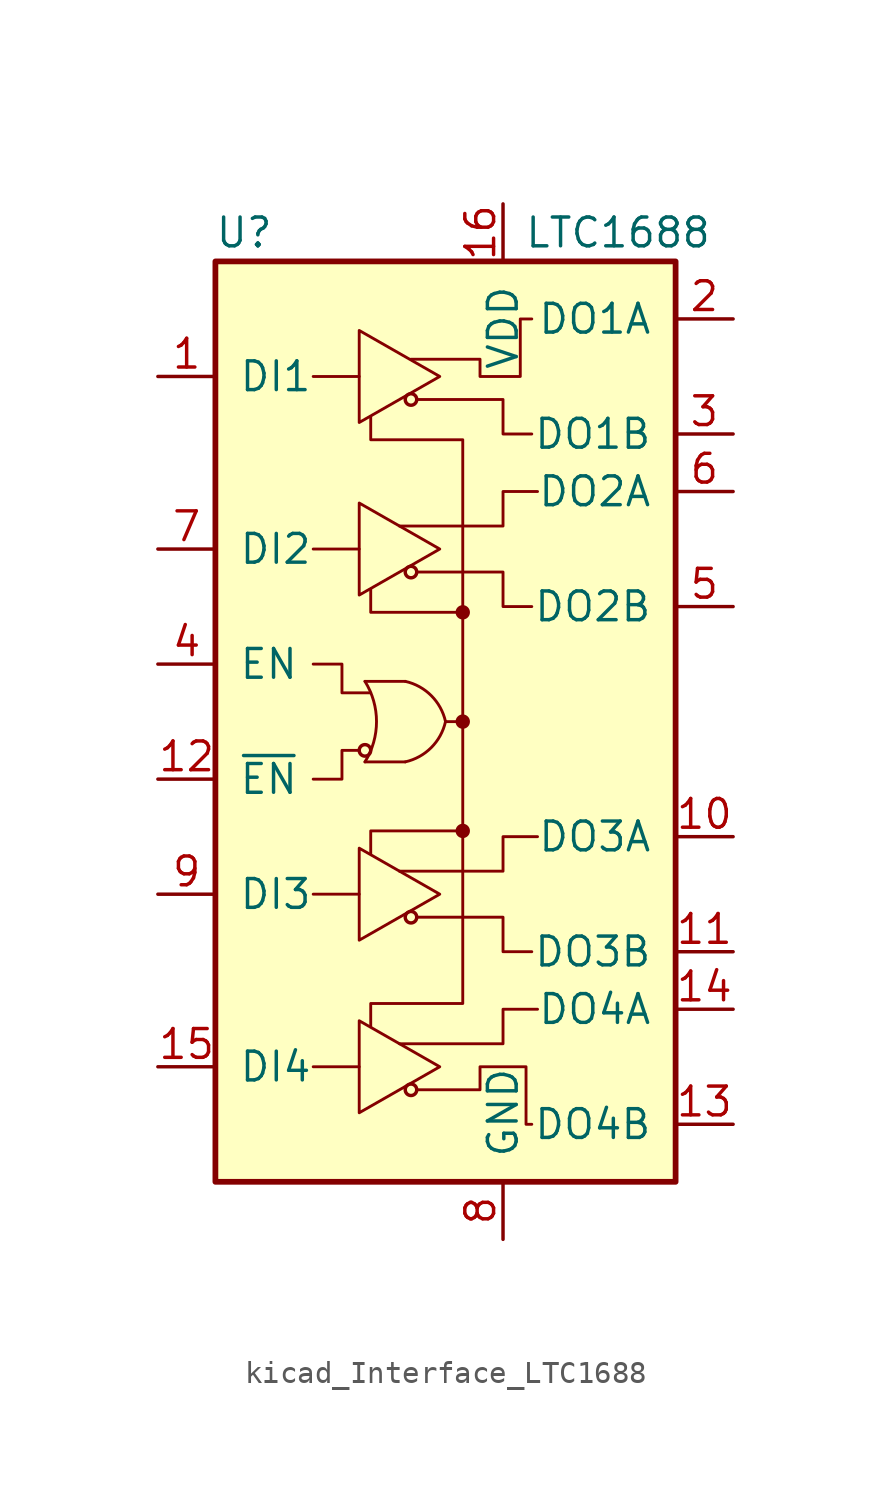
<source format=kicad_sym>
(kicad_symbol_lib
  (version 20220914)
  (generator kicad_symbol_editor)
  (symbol "kicad_Interface_LTC1688"
    (pin_names
      (offset 1.016))
    (property "Reference" "U"
      (at -8.89 21.59 0)
      (effects (font (size 1.27 1.27))))
    (property "Value" "LTC1688"
      (at 7.62 21.59 0)
      (effects (font (size 1.27 1.27))))
    (symbol "kicad_Interface_LTC1688_0_1"
      (rectangle (start -10.16 20.32) (end 10.16 -20.32) (stroke (width 0.254) (type default)) (fill (type background)))
      (polyline (pts (xy -5.842 -15.24) (xy -3.81 -15.24)) (stroke (width 0.127) (type default)) (fill (type none)))
      (polyline (pts (xy -5.842 -7.62) (xy -3.81 -7.62)) (stroke (width 0.127) (type default)) (fill (type none)))
      (polyline (pts (xy -5.842 7.62) (xy -3.81 7.62)) (stroke (width 0.127) (type default)) (fill (type none)))
      (polyline (pts (xy -5.842 15.24) (xy -3.81 15.24)) (stroke (width 0.127) (type default)) (fill (type none)))
      (polyline (pts (xy 0 0) (xy 0.762 0)) (stroke (width 0.127) (type default)) (fill (type none)))
      (polyline (pts (xy 0.762 -4.826) (xy -3.302 -4.826) (xy -3.302 -5.842)) (stroke (width 0.127) (type default)) (fill (type none)))
      (polyline (pts (xy 0.762 4.826) (xy -3.302 4.826) (xy -3.302 5.842)) (stroke (width 0.127) (type default)) (fill (type none)))
      (polyline (pts (xy -2.032 -14.224) (xy 2.54 -14.224) (xy 2.54 -12.7) (xy 4.064 -12.7)) (stroke (width 0.127) (type default)) (fill (type none)))
      (polyline (pts (xy -2.032 -6.604) (xy 2.54 -6.604) (xy 2.54 -5.08) (xy 4.064 -5.08)) (stroke (width 0.127) (type default)) (fill (type none)))
      (polyline (pts (xy -2.032 8.636) (xy 2.54 8.636) (xy 2.54 10.16) (xy 4.064 10.16)) (stroke (width 0.127) (type default)) (fill (type none)))
      (polyline (pts (xy 0.762 0) (xy 0.762 -2.54) (xy 0.762 -12.446) (xy -3.302 -12.446) (xy -3.302 -13.462)) (stroke (width 0.127) (type default)) (fill (type none)))
      (polyline (pts (xy 0.762 0) (xy 0.762 2.54) (xy 0.762 12.446) (xy -3.302 12.446) (xy -3.302 13.462)) (stroke (width 0.127) (type default)) (fill (type none)))
      (polyline (pts (xy -1.524 16.002) (xy 1.524 16.002) (xy 1.524 15.24) (xy 3.302 15.24) (xy 3.302 17.78) (xy 3.81 17.78)) (stroke (width 0.127) (type default)) (fill (type none)))
      (circle (center 0.762 -4.826) (radius 0.254) (stroke (width 0.127) (type default)) (fill (type outline)))
      (circle (center 0.762 0) (radius 0.254) (stroke (width 0.127) (type default)) (fill (type outline)))
      (circle (center 0.762 4.826) (radius 0.254) (stroke (width 0.127) (type default)) (fill (type outline))))
    (symbol "kicad_Interface_LTC1688_1_1"
      (arc (start -3.556 -1.778) (mid -3.0461 0) (end -3.556 1.778) (stroke (width 0.127) (type default)) (fill (type none)))
      (circle (center -3.556 -1.27) (radius 0.254) (stroke (width 0) (type default)) (fill (type none)))
      (arc (start -1.778 -1.778) (mid -0.6301 -1.1479) (end 0 0) (stroke (width 0.127) (type default)) (fill (type none)))
      (circle (center -1.524 -16.256) (radius 0.254) (stroke (width 0) (type default)) (fill (type none)))
      (circle (center -1.524 -8.636) (radius 0.254) (stroke (width 0) (type default)) (fill (type none)))
      (circle (center -1.524 6.604) (radius 0.254) (stroke (width 0) (type default)) (fill (type none)))
      (circle (center -1.524 14.224) (radius 0.254) (stroke (width 0) (type default)) (fill (type none)))
      (arc (start 0 0) (mid -0.6301 1.1479) (end -1.778 1.778) (stroke (width 0.127) (type default)) (fill (type none)))
      (polyline (pts (xy -3.556 -1.778) (xy -1.778 -1.778)) (stroke (width 0.127) (type default)) (fill (type none)))
      (polyline (pts (xy -1.778 1.778) (xy -3.556 1.778)) (stroke (width 0.127) (type default)) (fill (type none)))
      (polyline (pts (xy -5.842 2.54) (xy -4.572 2.54) (xy -4.572 1.27) (xy -3.302 1.27)) (stroke (width 0.127) (type default)) (fill (type none)))
      (polyline (pts (xy -3.81 -13.208) (xy -3.81 -17.272) (xy -0.254 -15.24) (xy -3.81 -13.208)) (stroke (width 0.127) (type default)) (fill (type none)))
      (polyline (pts (xy -3.81 -5.588) (xy -3.81 -9.652) (xy -0.254 -7.62) (xy -3.81 -5.588)) (stroke (width 0.127) (type default)) (fill (type none)))
      (polyline (pts (xy -3.81 -1.27) (xy -4.572 -1.27) (xy -4.572 -2.54) (xy -5.842 -2.54)) (stroke (width 0.127) (type default)) (fill (type none)))
      (polyline (pts (xy -3.81 9.652) (xy -3.81 5.588) (xy -0.254 7.62) (xy -3.81 9.652)) (stroke (width 0.127) (type default)) (fill (type none)))
      (polyline (pts (xy -3.81 17.272) (xy -3.81 13.208) (xy -0.254 15.24) (xy -3.81 17.272)) (stroke (width 0.127) (type default)) (fill (type none)))
      (polyline (pts (xy -1.27 -8.636) (xy 2.54 -8.636) (xy 2.54 -10.16) (xy 3.81 -10.16)) (stroke (width 0.127) (type default)) (fill (type none)))
      (polyline (pts (xy -1.27 6.604) (xy 2.54 6.604) (xy 2.54 5.08) (xy 3.81 5.08)) (stroke (width 0.127) (type default)) (fill (type none)))
      (polyline (pts (xy -1.27 14.224) (xy 2.54 14.224) (xy 2.54 12.7) (xy 3.81 12.7)) (stroke (width 0.127) (type default)) (fill (type none)))
      (polyline (pts (xy -1.27 -16.256) (xy 1.524 -16.256) (xy 1.524 -15.24) (xy 3.556 -15.24) (xy 3.556 -17.78) (xy 3.81 -17.78)) (stroke (width 0.127) (type default)) (fill (type none)))
      (pin input line (at -12.7 15.24 0) (length 2.54) (name "DI1" (effects (font (size 1.27 1.27)))) (number "1" (effects (font (size 1.27 1.27)))))
      (pin output line (at 12.7 -5.08 180) (length 2.54) (name "DO3A" (effects (font (size 1.27 1.27)))) (number "10" (effects (font (size 1.27 1.27)))))
      (pin output line (at 12.7 -10.16 180) (length 2.54) (name "DO3B" (effects (font (size 1.27 1.27)))) (number "11" (effects (font (size 1.27 1.27)))))
      (pin input line (at -12.7 -2.54 0) (length 2.54) (name "~{EN}" (effects (font (size 1.27 1.27)))) (number "12" (effects (font (size 1.27 1.27)))))
      (pin output line (at 12.7 -17.78 180) (length 2.54) (name "DO4B" (effects (font (size 1.27 1.27)))) (number "13" (effects (font (size 1.27 1.27)))))
      (pin output line (at 12.7 -12.7 180) (length 2.54) (name "DO4A" (effects (font (size 1.27 1.27)))) (number "14" (effects (font (size 1.27 1.27)))))
      (pin input line (at -12.7 -15.24 0) (length 2.54) (name "DI4" (effects (font (size 1.27 1.27)))) (number "15" (effects (font (size 1.27 1.27)))))
      (pin power_in line (at 2.54 22.86 270) (length 2.54) (name "VDD" (effects (font (size 1.27 1.27)))) (number "16" (effects (font (size 1.27 1.27)))))
      (pin output line (at 12.7 17.78 180) (length 2.54) (name "DO1A" (effects (font (size 1.27 1.27)))) (number "2" (effects (font (size 1.27 1.27)))))
      (pin output line (at 12.7 12.7 180) (length 2.54) (name "DO1B" (effects (font (size 1.27 1.27)))) (number "3" (effects (font (size 1.27 1.27)))))
      (pin input line (at -12.7 2.54 0) (length 2.54) (name "EN" (effects (font (size 1.27 1.27)))) (number "4" (effects (font (size 1.27 1.27)))))
      (pin output line (at 12.7 5.08 180) (length 2.54) (name "DO2B" (effects (font (size 1.27 1.27)))) (number "5" (effects (font (size 1.27 1.27)))))
      (pin output line (at 12.7 10.16 180) (length 2.54) (name "DO2A" (effects (font (size 1.27 1.27)))) (number "6" (effects (font (size 1.27 1.27)))))
      (pin input line (at -12.7 7.62 0) (length 2.54) (name "DI2" (effects (font (size 1.27 1.27)))) (number "7" (effects (font (size 1.27 1.27)))))
      (pin power_in line (at 2.54 -22.86 90) (length 2.54) (name "GND" (effects (font (size 1.27 1.27)))) (number "8" (effects (font (size 1.27 1.27)))))
      (pin input line (at -12.7 -7.62 0) (length 2.54) (name "DI3" (effects (font (size 1.27 1.27)))) (number "9" (effects (font (size 1.27 1.27))))))))
</source>
